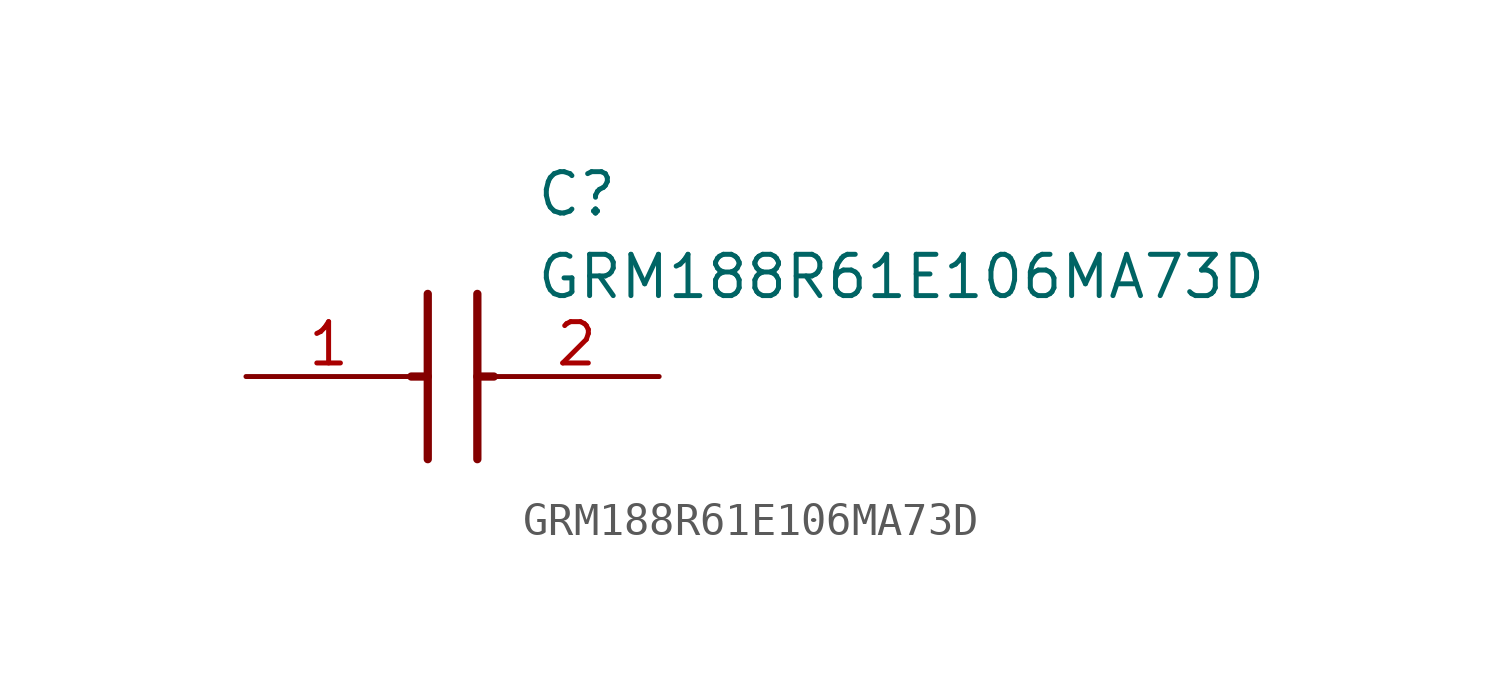
<source format=kicad_sym>
(kicad_symbol_lib
  (version 20211014)
  (generator SamacSys_ECAD_Model)
  (symbol "GRM188R61E106MA73D"
    (pin_names hide)
    (property "Reference" "C"
      (at 8.89 6.35 0)
      (effects (font (size 1.27 1.27)) (justify left top)))
    (property "Value" "GRM188R61E106MA73D"
      (at 8.89 3.81 0)
      (effects (font (size 1.27 1.27)) (justify left top)))
    (polyline
      (pts (xy 5.588 2.54) (xy 5.588 -2.54))
      (stroke (width 0.254) (type default))
      (fill (type none)))
    (polyline
      (pts (xy 7.112 2.54) (xy 7.112 -2.54))
      (stroke (width 0.254) (type default))
      (fill (type none)))
    (polyline
      (pts (xy 5.08 0) (xy 5.588 0))
      (stroke (width 0.254) (type default))
      (fill (type none)))
    (polyline
      (pts (xy 7.112 0) (xy 7.62 0))
      (stroke (width 0.254) (type default))
      (fill (type none)))
    (pin passive line
      (at 0 0 0)
      (length 5.08)
      (name "1" (effects (font (size 1.27 1.27))))
      (number "1" (effects (font (size 1.27 1.27)))))
    (pin passive line
      (at 12.7 0 180)
      (length 5.08)
      (name "2" (effects (font (size 1.27 1.27))))
      (number "2" (effects (font (size 1.27 1.27)))))))
</source>
